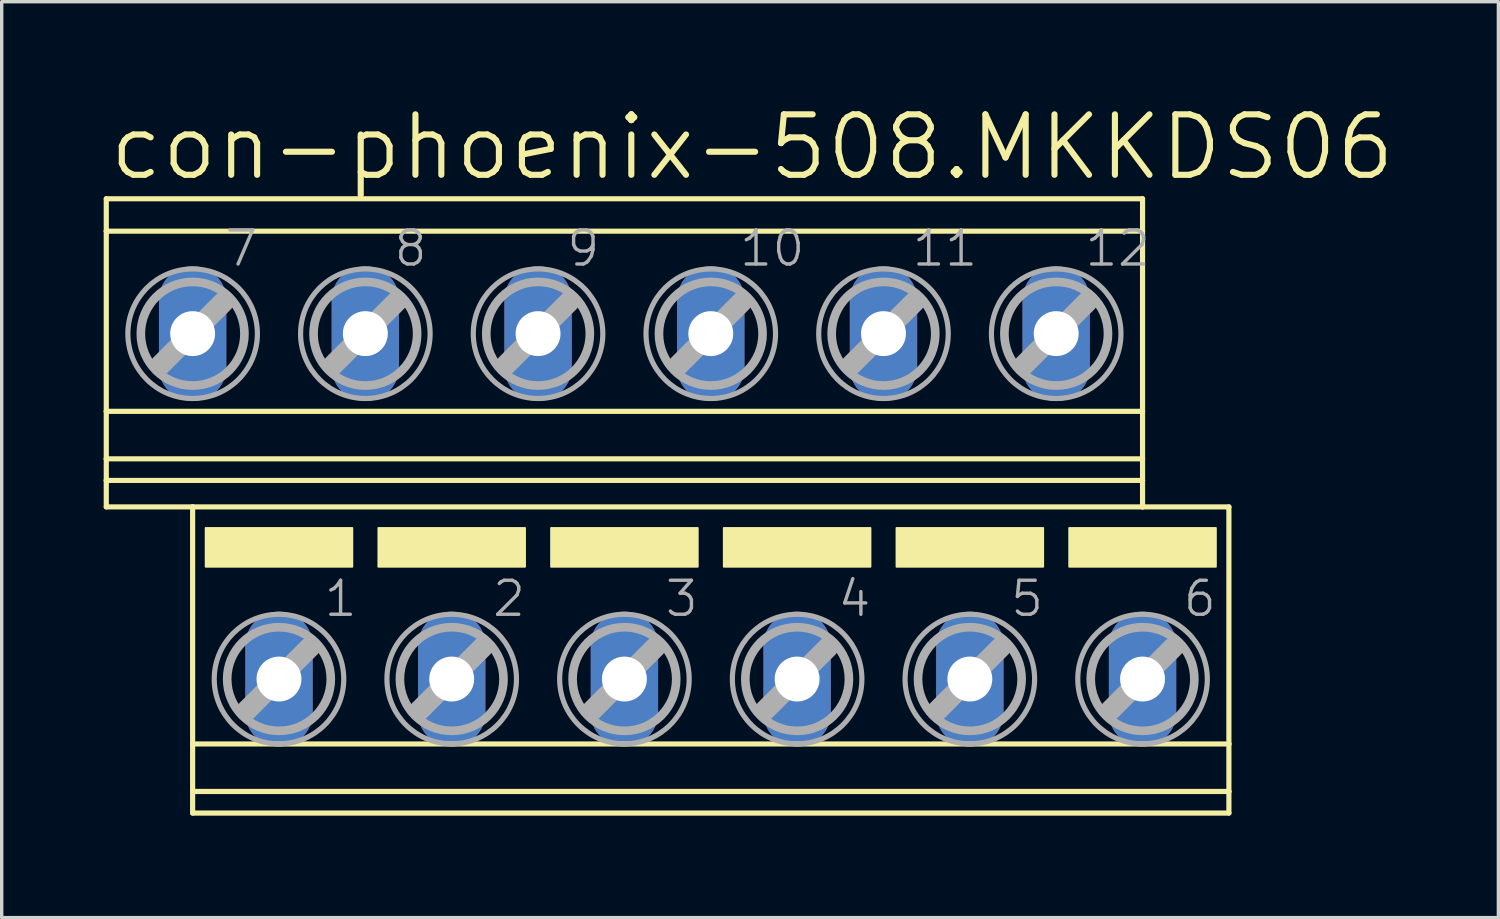
<source format=kicad_pcb>
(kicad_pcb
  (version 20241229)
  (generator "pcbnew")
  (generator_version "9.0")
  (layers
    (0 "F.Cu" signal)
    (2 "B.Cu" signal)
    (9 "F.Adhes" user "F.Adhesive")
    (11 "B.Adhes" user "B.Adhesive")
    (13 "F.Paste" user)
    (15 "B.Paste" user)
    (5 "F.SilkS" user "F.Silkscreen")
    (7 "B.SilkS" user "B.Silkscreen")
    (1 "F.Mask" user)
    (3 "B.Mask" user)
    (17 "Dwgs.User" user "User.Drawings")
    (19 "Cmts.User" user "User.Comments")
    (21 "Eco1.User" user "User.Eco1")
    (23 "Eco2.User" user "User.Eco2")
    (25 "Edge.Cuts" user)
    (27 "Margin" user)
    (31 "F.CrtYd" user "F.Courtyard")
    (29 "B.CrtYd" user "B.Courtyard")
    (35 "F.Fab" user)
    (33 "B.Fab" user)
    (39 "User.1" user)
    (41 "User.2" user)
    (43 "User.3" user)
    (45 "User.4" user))
  (footprint "con-phoenix-508.MKKDS06"
    (layer "F.Cu")
    (at 16.586 11.843)
    (property "Reference" "con-phoenix-508.MKKDS06" (at -16.51 -9.525 0) (layer "F.SilkS") (effects (font (size 1.778 1.778) (thickness 0.18)) (justify left bottom)))
    (attr through_hole)
    (fp_line (start -16.51 -9.047) (end -16.51 -8.094) (stroke (width 0.152) (type default)) (layer "F.SilkS"))
    (fp_line (start -16.51 -9.047) (end 13.97 -9.047) (stroke (width 0.152) (type default)) (layer "F.SilkS"))
    (fp_line (start -16.51 -8.094) (end -16.51 -2.794) (stroke (width 0.152) (type default)) (layer "F.SilkS"))
    (fp_line (start -16.51 -8.094) (end 13.97 -8.094) (stroke (width 0.152) (type default)) (layer "F.SilkS"))
    (fp_line (start -16.51 -2.794) (end -16.51 -1.397) (stroke (width 0.152) (type default)) (layer "F.SilkS"))
    (fp_line (start -16.51 -2.794) (end 13.97 -2.794) (stroke (width 0.152) (type default)) (layer "F.SilkS"))
    (fp_line (start -16.51 -1.397) (end -16.51 -0.762) (stroke (width 0.152) (type default)) (layer "F.SilkS"))
    (fp_line (start -16.51 -1.397) (end 13.97 -1.397) (stroke (width 0.152) (type default)) (layer "F.SilkS"))
    (fp_line (start -16.51 -0.762) (end -16.51 0.016) (stroke (width 0.152) (type default)) (layer "F.SilkS"))
    (fp_line (start -16.51 -0.762) (end 13.97 -0.762) (stroke (width 0.152) (type default)) (layer "F.SilkS"))
    (fp_line (start -16.51 0.016) (end -13.97 0.016) (stroke (width 0.152) (type default)) (layer "F.SilkS"))
    (fp_line (start -13.97 0.016) (end -13.97 6.99) (stroke (width 0.152) (type default)) (layer "F.SilkS"))
    (fp_line (start -13.97 0.016) (end 13.97 0.016) (stroke (width 0.152) (type default)) (layer "F.SilkS"))
    (fp_line (start -13.97 6.99) (end -13.97 8.387) (stroke (width 0.152) (type default)) (layer "F.SilkS"))
    (fp_line (start -13.97 6.99) (end 16.51 6.99) (stroke (width 0.152) (type default)) (layer "F.SilkS"))
    (fp_line (start -13.97 8.387) (end -13.97 9.022) (stroke (width 0.152) (type default)) (layer "F.SilkS"))
    (fp_line (start -13.97 8.387) (end 16.51 8.387) (stroke (width 0.152) (type default)) (layer "F.SilkS"))
    (fp_line (start -13.97 9.022) (end 16.51 9.022) (stroke (width 0.152) (type default)) (layer "F.SilkS"))
    (fp_line (start 13.97 -9.047) (end 13.97 -8.094) (stroke (width 0.152) (type default)) (layer "F.SilkS"))
    (fp_line (start 13.97 -8.094) (end 13.97 -2.794) (stroke (width 0.152) (type default)) (layer "F.SilkS"))
    (fp_line (start 13.97 -2.794) (end 13.97 -1.397) (stroke (width 0.152) (type default)) (layer "F.SilkS"))
    (fp_line (start 13.97 -1.397) (end 13.97 -0.762) (stroke (width 0.152) (type default)) (layer "F.SilkS"))
    (fp_line (start 13.97 -0.762) (end 13.97 0.016) (stroke (width 0.152) (type default)) (layer "F.SilkS"))
    (fp_line (start 16.51 0.016) (end 13.97 0.016) (stroke (width 0.152) (type default)) (layer "F.SilkS"))
    (fp_line (start 16.51 0.016) (end 16.51 6.99) (stroke (width 0.152) (type default)) (layer "F.SilkS"))
    (fp_line (start 16.51 6.99) (end 16.51 8.387) (stroke (width 0.152) (type default)) (layer "F.SilkS"))
    (fp_line (start 16.51 8.387) (end 16.51 9.022) (stroke (width 0.152) (type default)) (layer "F.SilkS"))
    (fp_rect (start -13.589 1.778) (end -9.271 0.635) (stroke (width 0.05) (type default)) (fill yes) (layer "F.SilkS"))
    (fp_rect (start -8.509 1.778) (end -4.191 0.635) (stroke (width 0.05) (type default)) (fill yes) (layer "F.SilkS"))
    (fp_rect (start -3.429 1.778) (end 0.889 0.635) (stroke (width 0.05) (type default)) (fill yes) (layer "F.SilkS"))
    (fp_rect (start 1.651 1.778) (end 5.969 0.635) (stroke (width 0.05) (type default)) (fill yes) (layer "F.SilkS"))
    (fp_rect (start 6.731 1.778) (end 11.049 0.635) (stroke (width 0.05) (type default)) (fill yes) (layer "F.SilkS"))
    (fp_rect (start 11.811 1.778) (end 16.129 0.635) (stroke (width 0.05) (type default)) (fill yes) (layer "F.SilkS"))
    (fp_line (start -14.91 -4.163) (end -13.056 -6.017) (stroke (width 0.61) (type default)) (layer "F.Fab"))
    (fp_line (start -12.37 5.994) (end -10.516 4.14) (stroke (width 0.61) (type default)) (layer "F.Fab"))
    (fp_line (start -9.83 -4.163) (end -7.976 -6.017) (stroke (width 0.61) (type default)) (layer "F.Fab"))
    (fp_line (start -7.29 5.994) (end -5.436 4.14) (stroke (width 0.61) (type default)) (layer "F.Fab"))
    (fp_line (start -4.75 -4.163) (end -2.896 -6.017) (stroke (width 0.61) (type default)) (layer "F.Fab"))
    (fp_line (start -2.21 5.994) (end -0.356 4.14) (stroke (width 0.61) (type default)) (layer "F.Fab"))
    (fp_line (start 0.33 -4.163) (end 2.184 -6.017) (stroke (width 0.61) (type default)) (layer "F.Fab"))
    (fp_line (start 2.87 5.994) (end 4.724 4.14) (stroke (width 0.61) (type default)) (layer "F.Fab"))
    (fp_line (start 5.41 -4.163) (end 7.264 -6.017) (stroke (width 0.61) (type default)) (layer "F.Fab"))
    (fp_line (start 7.95 5.994) (end 9.804 4.14) (stroke (width 0.61) (type default)) (layer "F.Fab"))
    (fp_line (start 10.49 -4.163) (end 12.344 -6.017) (stroke (width 0.61) (type default)) (layer "F.Fab"))
    (fp_line (start 13.03 5.994) (end 14.884 4.14) (stroke (width 0.61) (type default)) (layer "F.Fab"))
    (fp_circle (center -13.97 -5.077) (end -12.446 -5.077) (stroke (width 0.254) (type default)) (fill no) (layer "F.Fab"))
    (fp_circle (center -13.97 -5.077) (end -12.065 -5.077) (stroke (width 0.152) (type default)) (fill no) (layer "F.Fab"))
    (fp_circle (center -11.43 5.08) (end -9.906 5.08) (stroke (width 0.254) (type default)) (fill no) (layer "F.Fab"))
    (fp_circle (center -11.43 5.08) (end -9.525 5.08) (stroke (width 0.152) (type default)) (fill no) (layer "F.Fab"))
    (fp_circle (center -8.89 -5.077) (end -7.366 -5.077) (stroke (width 0.254) (type default)) (fill no) (layer "F.Fab"))
    (fp_circle (center -8.89 -5.077) (end -6.985 -5.077) (stroke (width 0.152) (type default)) (fill no) (layer "F.Fab"))
    (fp_circle (center -6.35 5.08) (end -4.826 5.08) (stroke (width 0.254) (type default)) (fill no) (layer "F.Fab"))
    (fp_circle (center -6.35 5.08) (end -4.445 5.08) (stroke (width 0.152) (type default)) (fill no) (layer "F.Fab"))
    (fp_circle (center -3.81 -5.077) (end -2.286 -5.077) (stroke (width 0.254) (type default)) (fill no) (layer "F.Fab"))
    (fp_circle (center -3.81 -5.077) (end -1.905 -5.077) (stroke (width 0.152) (type default)) (fill no) (layer "F.Fab"))
    (fp_circle (center -1.27 5.08) (end 0.254 5.08) (stroke (width 0.254) (type default)) (fill no) (layer "F.Fab"))
    (fp_circle (center -1.27 5.08) (end 0.635 5.08) (stroke (width 0.152) (type default)) (fill no) (layer "F.Fab"))
    (fp_circle (center 1.27 -5.077) (end 2.794 -5.077) (stroke (width 0.254) (type default)) (fill no) (layer "F.Fab"))
    (fp_circle (center 1.27 -5.077) (end 3.175 -5.077) (stroke (width 0.152) (type default)) (fill no) (layer "F.Fab"))
    (fp_circle (center 3.81 5.08) (end 5.334 5.08) (stroke (width 0.254) (type default)) (fill no) (layer "F.Fab"))
    (fp_circle (center 3.81 5.08) (end 5.715 5.08) (stroke (width 0.152) (type default)) (fill no) (layer "F.Fab"))
    (fp_circle (center 6.35 -5.077) (end 7.874 -5.077) (stroke (width 0.254) (type default)) (fill no) (layer "F.Fab"))
    (fp_circle (center 6.35 -5.077) (end 8.255 -5.077) (stroke (width 0.152) (type default)) (fill no) (layer "F.Fab"))
    (fp_circle (center 8.89 5.08) (end 10.414 5.08) (stroke (width 0.254) (type default)) (fill no) (layer "F.Fab"))
    (fp_circle (center 8.89 5.08) (end 10.795 5.08) (stroke (width 0.152) (type default)) (fill no) (layer "F.Fab"))
    (fp_circle (center 11.43 -5.077) (end 12.954 -5.077) (stroke (width 0.254) (type default)) (fill no) (layer "F.Fab"))
    (fp_circle (center 11.43 -5.077) (end 13.335 -5.077) (stroke (width 0.152) (type default)) (fill no) (layer "F.Fab"))
    (fp_circle (center 13.97 5.08) (end 15.494 5.08) (stroke (width 0.254) (type default)) (fill no) (layer "F.Fab"))
    (fp_circle (center 13.97 5.08) (end 15.875 5.08) (stroke (width 0.152) (type default)) (fill no) (layer "F.Fab"))
    (fp_text user "1" (at -10.16 3.302 0) (layer "F.Fab") (effects (font (size 1 1) (thickness 0.1)) (justify left bottom)))
    (fp_text user "6" (at 15.113 3.302 0) (layer "F.Fab") (effects (font (size 1 1) (thickness 0.1)) (justify left bottom)))
    (fp_text user "8" (at -8.101 -7.001 0) (layer "F.Fab") (effects (font (size 1 1) (thickness 0.1)) (justify left bottom)))
    (fp_text user "4" (at 4.953 3.302 0) (layer "F.Fab") (effects (font (size 1 1) (thickness 0.1)) (justify left bottom)))
    (fp_text user "3" (at -0.127 3.302 0) (layer "F.Fab") (effects (font (size 1 1) (thickness 0.1)) (justify left bottom)))
    (fp_text user "11" (at 7.139 -7.001 0) (layer "F.Fab") (effects (font (size 1 1) (thickness 0.1)) (justify left bottom)))
    (fp_text user "12" (at 12.219 -7.001 0) (layer "F.Fab") (effects (font (size 1 1) (thickness 0.1)) (justify left bottom)))
    (fp_text user "2" (at -5.207 3.302 0) (layer "F.Fab") (effects (font (size 1 1) (thickness 0.1)) (justify left bottom)))
    (fp_text user "10" (at 2.059 -7.001 0) (layer "F.Fab") (effects (font (size 1 1) (thickness 0.1)) (justify left bottom)))
    (fp_text user "5" (at 10.033 3.302 0) (layer "F.Fab") (effects (font (size 1 1) (thickness 0.1)) (justify left bottom)))
    (fp_text user "9" (at -3.021 -7.001 0) (layer "F.Fab") (effects (font (size 1 1) (thickness 0.1)) (justify left bottom)))
    (fp_text user "7" (at -13.081 -7.001 0) (layer "F.Fab") (effects (font (size 1 1) (thickness 0.1)) (justify left bottom)))
    (pad "1" thru_hole oval (at -11.43 5.08 90) (size 3.962 1.981) (drill 1.321) (layers "*.Cu" "*.Mask"))
    (pad "2" thru_hole oval (at -6.35 5.08 90) (size 3.962 1.981) (drill 1.321) (layers "*.Cu" "*.Mask"))
    (pad "3" thru_hole oval (at -1.27 5.08 90) (size 3.962 1.981) (drill 1.321) (layers "*.Cu" "*.Mask"))
    (pad "4" thru_hole oval (at 3.81 5.08 90) (size 3.962 1.981) (drill 1.321) (layers "*.Cu" "*.Mask"))
    (pad "5" thru_hole oval (at 8.89 5.08 90) (size 3.962 1.981) (drill 1.321) (layers "*.Cu" "*.Mask"))
    (pad "6" thru_hole oval (at 13.97 5.08 90) (size 3.962 1.981) (drill 1.321) (layers "*.Cu" "*.Mask"))
    (pad "7" thru_hole oval (at -13.97 -5.08 90) (size 3.962 1.981) (drill 1.321) (layers "*.Cu" "*.Mask"))
    (pad "8" thru_hole oval (at -8.89 -5.08 90) (size 3.962 1.981) (drill 1.321) (layers "*.Cu" "*.Mask"))
    (pad "9" thru_hole oval (at -3.81 -5.08 90) (size 3.962 1.981) (drill 1.321) (layers "*.Cu" "*.Mask"))
    (pad "10" thru_hole oval (at 1.27 -5.08 90) (size 3.962 1.981) (drill 1.321) (layers "*.Cu" "*.Mask"))
    (pad "11" thru_hole oval (at 6.35 -5.08 90) (size 3.962 1.981) (drill 1.321) (layers "*.Cu" "*.Mask"))
    (pad "12" thru_hole oval (at 11.43 -5.08 90) (size 3.962 1.981) (drill 1.321) (layers "*.Cu" "*.Mask")))
  (gr_rect
    (start -3 -3)
    (end 41.022 23.941)
    (stroke (width 0.1) (type default))
    (fill no)
    (layer "Edge.Cuts")))
</source>
